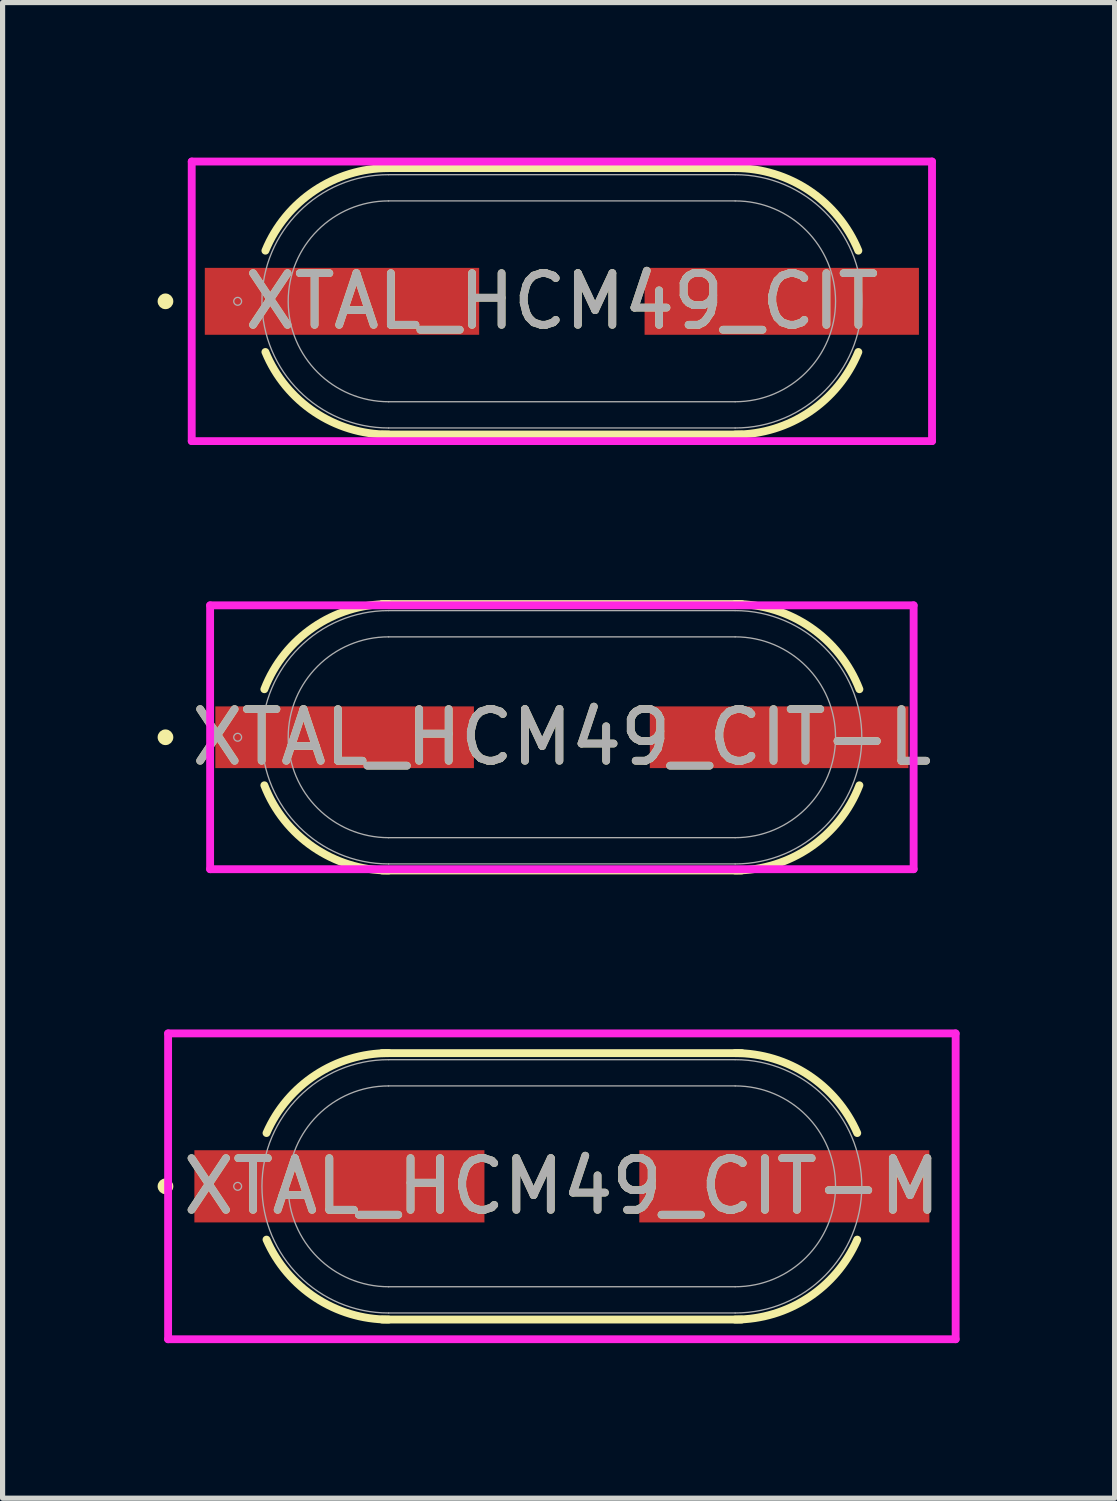
<source format=kicad_pcb>
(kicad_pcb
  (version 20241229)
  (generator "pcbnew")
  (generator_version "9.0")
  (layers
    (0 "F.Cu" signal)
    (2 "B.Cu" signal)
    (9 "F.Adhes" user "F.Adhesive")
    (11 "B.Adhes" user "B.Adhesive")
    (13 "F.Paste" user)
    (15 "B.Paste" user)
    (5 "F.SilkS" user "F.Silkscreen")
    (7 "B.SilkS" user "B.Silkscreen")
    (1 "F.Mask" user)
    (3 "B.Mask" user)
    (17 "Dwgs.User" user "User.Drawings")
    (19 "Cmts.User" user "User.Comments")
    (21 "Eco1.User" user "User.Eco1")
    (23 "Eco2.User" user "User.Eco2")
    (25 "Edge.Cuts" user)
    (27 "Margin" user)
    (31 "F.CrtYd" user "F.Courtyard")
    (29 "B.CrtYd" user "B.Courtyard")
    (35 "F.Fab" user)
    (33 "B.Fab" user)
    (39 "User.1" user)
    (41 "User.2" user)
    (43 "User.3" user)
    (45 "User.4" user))
  (footprint "XTAL_HCM49_CIT"
    (layer "F.Cu")
    (at 7.823 2.781)
    (property "Reference" "XTAL_HCM49_CIT" (at 0 0 0) (unlocked yes) (layer "F.SilkS") (effects (font (size 1 1) (thickness 0.15))))
    (attr smd)
    (fp_line (start -3.48 -2.578) (end 3.48 -2.578) (stroke (width 0.152) (type solid)) (layer "F.SilkS"))
    (fp_line (start 3.48 2.578) (end -3.48 2.578) (stroke (width 0.152) (type solid)) (layer "F.SilkS"))
    (fp_arc (start -5.737195 -0.98044) (mid -4.787883 -2.14176) (end -3.3528 -2.5781) (stroke (width 0.1524) (type solid)) (layer "F.SilkS"))
    (fp_arc (start -3.352799 2.5781) (mid -4.787883 2.14176) (end -5.737194 0.980441) (stroke (width 0.1524) (type solid)) (layer "F.SilkS"))
    (fp_arc (start 3.3528 -2.5781) (mid 4.787883 -2.14176) (end 5.737195 -0.98044) (stroke (width 0.1524) (type solid)) (layer "F.SilkS"))
    (fp_arc (start 5.737195 0.98044) (mid 4.787883 2.14176) (end 3.3528 2.5781) (stroke (width 0.1524) (type solid)) (layer "F.SilkS"))
    (fp_circle (center -7.671 0) (end -7.595 0) (stroke (width 0.152) (type solid)) (fill no) (layer "F.SilkS"))
    (fp_line (start -7.163 -2.705) (end 7.163 -2.705) (stroke (width 0.152) (type solid)) (layer "F.CrtYd"))
    (fp_line (start -7.163 2.705) (end -7.163 -2.705) (stroke (width 0.152) (type solid)) (layer "F.CrtYd"))
    (fp_line (start 7.163 -2.705) (end 7.163 2.705) (stroke (width 0.152) (type solid)) (layer "F.CrtYd"))
    (fp_line (start 7.163 2.705) (end -7.163 2.705) (stroke (width 0.152) (type solid)) (layer "F.CrtYd"))
    (fp_line (start -3.353 -2.451) (end 3.353 -2.451) (stroke (width 0.025) (type solid)) (layer "F.Fab"))
    (fp_line (start -3.353 -1.943) (end 3.353 -1.943) (stroke (width 0.025) (type solid)) (layer "F.Fab"))
    (fp_line (start 3.353 1.943) (end -3.353 1.943) (stroke (width 0.025) (type solid)) (layer "F.Fab"))
    (fp_line (start 3.353 2.451) (end -3.353 2.451) (stroke (width 0.025) (type solid)) (layer "F.Fab"))
    (fp_arc (start -3.3528 1.9431) (mid -5.2959 0) (end -3.3528 -1.9431) (stroke (width 0.0254) (type solid)) (layer "F.Fab"))
    (fp_arc (start -3.3528 2.4511) (mid -5.8039 0) (end -3.3528 -2.4511) (stroke (width 0.0254) (type solid)) (layer "F.Fab"))
    (fp_arc (start 3.3528 -2.4511) (mid 5.8039 0) (end 3.3528 2.4511) (stroke (width 0.0254) (type solid)) (layer "F.Fab"))
    (fp_arc (start 3.3528 -1.9431) (mid 5.2959 0) (end 3.3528 1.9431) (stroke (width 0.0254) (type solid)) (layer "F.Fab"))
    (fp_circle (center -6.274 0) (end -6.198 0) (stroke (width 0.025) (type solid)) (fill no) (layer "F.Fab"))
    (fp_text user "${REFERENCE}" (at 0 0 0) (unlocked yes) (layer "F.Fab") (effects (font (size 1 1) (thickness 0.15))))
    (pad "1" smd rect (at -4.255 0 90) (size 1.295 5.309) (layers "F.Cu" "F.Mask" "F.Paste"))
    (pad "2" smd rect (at 4.255 0 90) (size 1.295 5.309) (layers "F.Cu" "F.Mask" "F.Paste")))
  (footprint "XTAL_HCM49_CIT-L"
    (layer "F.Cu")
    (at 7.823 11.217)
    (property "Reference" "XTAL_HCM49_CIT-L" (at 0 0 0) (unlocked yes) (layer "F.SilkS") (effects (font (size 1 1) (thickness 0.15))))
    (attr smd)
    (fp_line (start -3.48 -2.578) (end 3.48 -2.578) (stroke (width 0.152) (type solid)) (layer "F.SilkS"))
    (fp_line (start 3.48 2.578) (end -3.48 2.578) (stroke (width 0.152) (type solid)) (layer "F.SilkS"))
    (fp_arc (start -5.757456 -0.92964) (mid -4.81052 -2.126418) (end -3.3528 -2.5781) (stroke (width 0.1524) (type solid)) (layer "F.SilkS"))
    (fp_arc (start -3.3528 2.5781) (mid -4.81052 2.126418) (end -5.757456 0.92964) (stroke (width 0.1524) (type solid)) (layer "F.SilkS"))
    (fp_arc (start 3.3528 -2.5781) (mid 4.81052 -2.126418) (end 5.757456 -0.92964) (stroke (width 0.1524) (type solid)) (layer "F.SilkS"))
    (fp_arc (start 5.757456 0.92964) (mid 4.81052 2.126418) (end 3.3528 2.5781) (stroke (width 0.1524) (type solid)) (layer "F.SilkS"))
    (fp_circle (center -7.671 0) (end -7.595 0) (stroke (width 0.152) (type solid)) (fill no) (layer "F.SilkS"))
    (fp_line (start -6.807 -2.553) (end 6.807 -2.553) (stroke (width 0.152) (type solid)) (layer "F.CrtYd"))
    (fp_line (start -6.807 2.553) (end -6.807 -2.553) (stroke (width 0.152) (type solid)) (layer "F.CrtYd"))
    (fp_line (start 6.807 -2.553) (end 6.807 2.553) (stroke (width 0.152) (type solid)) (layer "F.CrtYd"))
    (fp_line (start 6.807 2.553) (end -6.807 2.553) (stroke (width 0.152) (type solid)) (layer "F.CrtYd"))
    (fp_line (start -3.353 -2.451) (end 3.353 -2.451) (stroke (width 0.025) (type solid)) (layer "F.Fab"))
    (fp_line (start -3.353 -1.943) (end 3.353 -1.943) (stroke (width 0.025) (type solid)) (layer "F.Fab"))
    (fp_line (start 3.353 1.943) (end -3.353 1.943) (stroke (width 0.025) (type solid)) (layer "F.Fab"))
    (fp_line (start 3.353 2.451) (end -3.353 2.451) (stroke (width 0.025) (type solid)) (layer "F.Fab"))
    (fp_arc (start -3.3528 1.9431) (mid -5.2959 0) (end -3.3528 -1.9431) (stroke (width 0.0254) (type solid)) (layer "F.Fab"))
    (fp_arc (start -3.3528 2.4511) (mid -5.8039 0) (end -3.3528 -2.4511) (stroke (width 0.0254) (type solid)) (layer "F.Fab"))
    (fp_arc (start 3.3528 -2.4511) (mid 5.8039 0) (end 3.3528 2.4511) (stroke (width 0.0254) (type solid)) (layer "F.Fab"))
    (fp_arc (start 3.3528 -1.9431) (mid 5.2959 0) (end 3.3528 1.9431) (stroke (width 0.0254) (type solid)) (layer "F.Fab"))
    (fp_circle (center -6.274 0) (end -6.198 0) (stroke (width 0.025) (type solid)) (fill no) (layer "F.Fab"))
    (fp_text user "${REFERENCE}" (at 0 0 0) (unlocked yes) (layer "F.Fab") (effects (font (size 1 1) (thickness 0.15))))
    (pad "1" smd rect (at -4.204 0 90) (size 1.194 5.004) (layers "F.Cu" "F.Mask" "F.Paste"))
    (pad "2" smd rect (at 4.204 0 90) (size 1.194 5.004) (layers "F.Cu" "F.Mask" "F.Paste")))
  (footprint "XTAL_HCM49_CIT-M"
    (layer "F.Cu")
    (at 7.823 19.907)
    (property "Reference" "XTAL_HCM49_CIT-M" (at 0 0 0) (unlocked yes) (layer "F.SilkS") (effects (font (size 1 1) (thickness 0.15))))
    (attr smd)
    (fp_line (start -3.48 -2.578) (end 3.48 -2.578) (stroke (width 0.152) (type solid)) (layer "F.SilkS"))
    (fp_line (start 3.48 2.578) (end -3.48 2.578) (stroke (width 0.152) (type solid)) (layer "F.SilkS"))
    (fp_arc (start -5.715668 -1.03124) (mid -4.764884 -2.156993) (end -3.3528 -2.5781) (stroke (width 0.1524) (type solid)) (layer "F.SilkS"))
    (fp_arc (start -3.352798 2.5781) (mid -4.764882 2.156994) (end -5.715667 1.031241) (stroke (width 0.1524) (type solid)) (layer "F.SilkS"))
    (fp_arc (start 3.3528 -2.5781) (mid 4.764883 -2.156993) (end 5.715668 -1.03124) (stroke (width 0.1524) (type solid)) (layer "F.SilkS"))
    (fp_arc (start 5.715668 1.03124) (mid 4.764884 2.156993) (end 3.3528 2.5781) (stroke (width 0.1524) (type solid)) (layer "F.SilkS"))
    (fp_circle (center -7.671 0) (end -7.595 0) (stroke (width 0.152) (type solid)) (fill no) (layer "F.SilkS"))
    (fp_line (start -7.62 -2.959) (end 7.62 -2.959) (stroke (width 0.152) (type solid)) (layer "F.CrtYd"))
    (fp_line (start -7.62 2.959) (end -7.62 -2.959) (stroke (width 0.152) (type solid)) (layer "F.CrtYd"))
    (fp_line (start 7.62 -2.959) (end 7.62 2.959) (stroke (width 0.152) (type solid)) (layer "F.CrtYd"))
    (fp_line (start 7.62 2.959) (end -7.62 2.959) (stroke (width 0.152) (type solid)) (layer "F.CrtYd"))
    (fp_line (start -3.353 -2.451) (end 3.353 -2.451) (stroke (width 0.025) (type solid)) (layer "F.Fab"))
    (fp_line (start -3.353 -1.943) (end 3.353 -1.943) (stroke (width 0.025) (type solid)) (layer "F.Fab"))
    (fp_line (start 3.353 1.943) (end -3.353 1.943) (stroke (width 0.025) (type solid)) (layer "F.Fab"))
    (fp_line (start 3.353 2.451) (end -3.353 2.451) (stroke (width 0.025) (type solid)) (layer "F.Fab"))
    (fp_arc (start -3.3528 1.9431) (mid -5.2959 0) (end -3.3528 -1.9431) (stroke (width 0.0254) (type solid)) (layer "F.Fab"))
    (fp_arc (start -3.3528 2.4511) (mid -5.8039 0) (end -3.3528 -2.4511) (stroke (width 0.0254) (type solid)) (layer "F.Fab"))
    (fp_arc (start 3.3528 -2.4511) (mid 5.8039 0) (end 3.3528 2.4511) (stroke (width 0.0254) (type solid)) (layer "F.Fab"))
    (fp_arc (start 3.3528 -1.9431) (mid 5.2959 0) (end 3.3528 1.9431) (stroke (width 0.0254) (type solid)) (layer "F.Fab"))
    (fp_circle (center -6.274 0) (end -6.198 0) (stroke (width 0.025) (type solid)) (fill no) (layer "F.Fab"))
    (fp_text user "${REFERENCE}" (at 0 0 0) (unlocked yes) (layer "F.Fab") (effects (font (size 1 1) (thickness 0.15))))
    (pad "1" smd rect (at -4.305 0 90) (size 1.397 5.613) (layers "F.Cu" "F.Mask" "F.Paste"))
    (pad "2" smd rect (at 4.305 0 90) (size 1.397 5.613) (layers "F.Cu" "F.Mask" "F.Paste")))
  (gr_rect
    (start -3 -3)
    (end 18.519 25.942)
    (stroke (width 0.1) (type default))
    (fill no)
    (layer "Edge.Cuts")))
</source>
